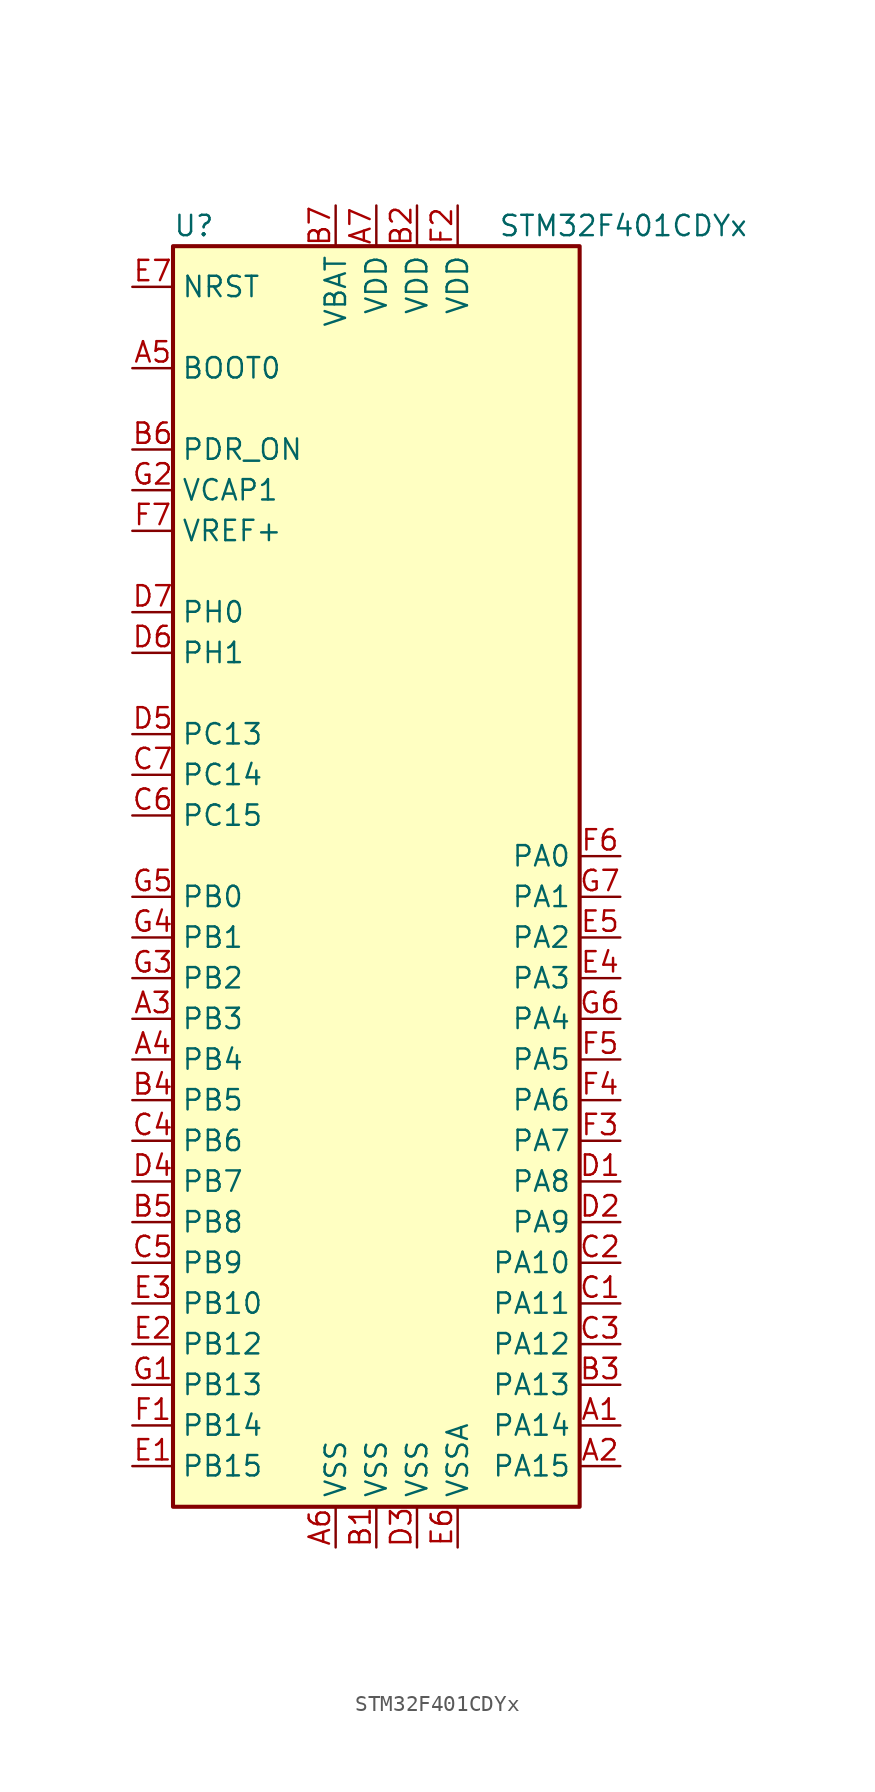
<source format=kicad_sym>
(kicad_symbol_lib
  (version 20220914)
  (generator kicad_symbol_editor)
  (symbol "STM32F401CDYx"
    (property "Reference" "U"
      (at -12.7 39.37 0)
      (effects (font (size 1.27 1.27)) (justify left)))
    (property "Value" "STM32F401CDYx"
      (at 7.62 39.37 0)
      (effects (font (size 1.27 1.27)) (justify left)))
    (symbol "STM32F401CDYx_0_1"
      (rectangle (start -12.7 -40.64) (end 12.7 38.1) (stroke (width 0.254) (type default)) (fill (type background))))
    (symbol "STM32F401CDYx_1_1"
      (pin bidirectional line (at 15.24 -35.56 180) (length 2.54) (name "PA14" (effects (font (size 1.27 1.27)))) (number "A1" (effects (font (size 1.27 1.27)))))
      (pin bidirectional line (at 15.24 -38.1 180) (length 2.54) (name "PA15" (effects (font (size 1.27 1.27)))) (number "A2" (effects (font (size 1.27 1.27)))))
      (pin bidirectional line (at -15.24 -10.16 0) (length 2.54) (name "PB3" (effects (font (size 1.27 1.27)))) (number "A3" (effects (font (size 1.27 1.27)))))
      (pin bidirectional line (at -15.24 -12.7 0) (length 2.54) (name "PB4" (effects (font (size 1.27 1.27)))) (number "A4" (effects (font (size 1.27 1.27)))))
      (pin input line (at -15.24 30.48 0) (length 2.54) (name "BOOT0" (effects (font (size 1.27 1.27)))) (number "A5" (effects (font (size 1.27 1.27)))))
      (pin power_in line (at -2.54 -43.18 90) (length 2.54) (name "VSS" (effects (font (size 1.27 1.27)))) (number "A6" (effects (font (size 1.27 1.27)))))
      (pin power_in line (at 0 40.64 270) (length 2.54) (name "VDD" (effects (font (size 1.27 1.27)))) (number "A7" (effects (font (size 1.27 1.27)))))
      (pin power_in line (at 0 -43.18 90) (length 2.54) (name "VSS" (effects (font (size 1.27 1.27)))) (number "B1" (effects (font (size 1.27 1.27)))))
      (pin power_in line (at 2.54 40.64 270) (length 2.54) (name "VDD" (effects (font (size 1.27 1.27)))) (number "B2" (effects (font (size 1.27 1.27)))))
      (pin bidirectional line (at 15.24 -33.02 180) (length 2.54) (name "PA13" (effects (font (size 1.27 1.27)))) (number "B3" (effects (font (size 1.27 1.27)))))
      (pin bidirectional line (at -15.24 -15.24 0) (length 2.54) (name "PB5" (effects (font (size 1.27 1.27)))) (number "B4" (effects (font (size 1.27 1.27)))))
      (pin bidirectional line (at -15.24 -22.86 0) (length 2.54) (name "PB8" (effects (font (size 1.27 1.27)))) (number "B5" (effects (font (size 1.27 1.27)))))
      (pin power_in line (at -15.24 25.4 0) (length 2.54) (name "PDR_ON" (effects (font (size 1.27 1.27)))) (number "B6" (effects (font (size 1.27 1.27)))))
      (pin power_in line (at -2.54 40.64 270) (length 2.54) (name "VBAT" (effects (font (size 1.27 1.27)))) (number "B7" (effects (font (size 1.27 1.27)))))
      (pin bidirectional line (at 15.24 -27.94 180) (length 2.54) (name "PA11" (effects (font (size 1.27 1.27)))) (number "C1" (effects (font (size 1.27 1.27)))))
      (pin bidirectional line (at 15.24 -25.4 180) (length 2.54) (name "PA10" (effects (font (size 1.27 1.27)))) (number "C2" (effects (font (size 1.27 1.27)))))
      (pin bidirectional line (at 15.24 -30.48 180) (length 2.54) (name "PA12" (effects (font (size 1.27 1.27)))) (number "C3" (effects (font (size 1.27 1.27)))))
      (pin bidirectional line (at -15.24 -17.78 0) (length 2.54) (name "PB6" (effects (font (size 1.27 1.27)))) (number "C4" (effects (font (size 1.27 1.27)))))
      (pin bidirectional line (at -15.24 -25.4 0) (length 2.54) (name "PB9" (effects (font (size 1.27 1.27)))) (number "C5" (effects (font (size 1.27 1.27)))))
      (pin bidirectional line (at -15.24 2.54 0) (length 2.54) (name "PC15" (effects (font (size 1.27 1.27)))) (number "C6" (effects (font (size 1.27 1.27)))))
      (pin bidirectional line (at -15.24 5.08 0) (length 2.54) (name "PC14" (effects (font (size 1.27 1.27)))) (number "C7" (effects (font (size 1.27 1.27)))))
      (pin bidirectional line (at 15.24 -20.32 180) (length 2.54) (name "PA8" (effects (font (size 1.27 1.27)))) (number "D1" (effects (font (size 1.27 1.27)))))
      (pin bidirectional line (at 15.24 -22.86 180) (length 2.54) (name "PA9" (effects (font (size 1.27 1.27)))) (number "D2" (effects (font (size 1.27 1.27)))))
      (pin power_in line (at 2.54 -43.18 90) (length 2.54) (name "VSS" (effects (font (size 1.27 1.27)))) (number "D3" (effects (font (size 1.27 1.27)))))
      (pin bidirectional line (at -15.24 -20.32 0) (length 2.54) (name "PB7" (effects (font (size 1.27 1.27)))) (number "D4" (effects (font (size 1.27 1.27)))))
      (pin bidirectional line (at -15.24 7.62 0) (length 2.54) (name "PC13" (effects (font (size 1.27 1.27)))) (number "D5" (effects (font (size 1.27 1.27)))))
      (pin input line (at -15.24 12.7 0) (length 2.54) (name "PH1" (effects (font (size 1.27 1.27)))) (number "D6" (effects (font (size 1.27 1.27)))))
      (pin input line (at -15.24 15.24 0) (length 2.54) (name "PH0" (effects (font (size 1.27 1.27)))) (number "D7" (effects (font (size 1.27 1.27)))))
      (pin bidirectional line (at -15.24 -38.1 0) (length 2.54) (name "PB15" (effects (font (size 1.27 1.27)))) (number "E1" (effects (font (size 1.27 1.27)))))
      (pin bidirectional line (at -15.24 -30.48 0) (length 2.54) (name "PB12" (effects (font (size 1.27 1.27)))) (number "E2" (effects (font (size 1.27 1.27)))))
      (pin bidirectional line (at -15.24 -27.94 0) (length 2.54) (name "PB10" (effects (font (size 1.27 1.27)))) (number "E3" (effects (font (size 1.27 1.27)))))
      (pin bidirectional line (at 15.24 -7.62 180) (length 2.54) (name "PA3" (effects (font (size 1.27 1.27)))) (number "E4" (effects (font (size 1.27 1.27)))))
      (pin bidirectional line (at 15.24 -5.08 180) (length 2.54) (name "PA2" (effects (font (size 1.27 1.27)))) (number "E5" (effects (font (size 1.27 1.27)))))
      (pin power_in line (at 5.08 -43.18 90) (length 2.54) (name "VSSA" (effects (font (size 1.27 1.27)))) (number "E6" (effects (font (size 1.27 1.27)))))
      (pin input line (at -15.24 35.56 0) (length 2.54) (name "NRST" (effects (font (size 1.27 1.27)))) (number "E7" (effects (font (size 1.27 1.27)))))
      (pin bidirectional line (at -15.24 -35.56 0) (length 2.54) (name "PB14" (effects (font (size 1.27 1.27)))) (number "F1" (effects (font (size 1.27 1.27)))))
      (pin power_in line (at 5.08 40.64 270) (length 2.54) (name "VDD" (effects (font (size 1.27 1.27)))) (number "F2" (effects (font (size 1.27 1.27)))))
      (pin bidirectional line (at 15.24 -17.78 180) (length 2.54) (name "PA7" (effects (font (size 1.27 1.27)))) (number "F3" (effects (font (size 1.27 1.27)))))
      (pin bidirectional line (at 15.24 -15.24 180) (length 2.54) (name "PA6" (effects (font (size 1.27 1.27)))) (number "F4" (effects (font (size 1.27 1.27)))))
      (pin bidirectional line (at 15.24 -12.7 180) (length 2.54) (name "PA5" (effects (font (size 1.27 1.27)))) (number "F5" (effects (font (size 1.27 1.27)))))
      (pin bidirectional line (at 15.24 0 180) (length 2.54) (name "PA0" (effects (font (size 1.27 1.27)))) (number "F6" (effects (font (size 1.27 1.27)))))
      (pin power_in line (at -15.24 20.32 0) (length 2.54) (name "VREF+" (effects (font (size 1.27 1.27)))) (number "F7" (effects (font (size 1.27 1.27)))))
      (pin bidirectional line (at -15.24 -33.02 0) (length 2.54) (name "PB13" (effects (font (size 1.27 1.27)))) (number "G1" (effects (font (size 1.27 1.27)))))
      (pin power_in line (at -15.24 22.86 0) (length 2.54) (name "VCAP1" (effects (font (size 1.27 1.27)))) (number "G2" (effects (font (size 1.27 1.27)))))
      (pin bidirectional line (at -15.24 -7.62 0) (length 2.54) (name "PB2" (effects (font (size 1.27 1.27)))) (number "G3" (effects (font (size 1.27 1.27)))))
      (pin bidirectional line (at -15.24 -5.08 0) (length 2.54) (name "PB1" (effects (font (size 1.27 1.27)))) (number "G4" (effects (font (size 1.27 1.27)))))
      (pin bidirectional line (at -15.24 -2.54 0) (length 2.54) (name "PB0" (effects (font (size 1.27 1.27)))) (number "G5" (effects (font (size 1.27 1.27)))))
      (pin bidirectional line (at 15.24 -10.16 180) (length 2.54) (name "PA4" (effects (font (size 1.27 1.27)))) (number "G6" (effects (font (size 1.27 1.27)))))
      (pin bidirectional line (at 15.24 -2.54 180) (length 2.54) (name "PA1" (effects (font (size 1.27 1.27)))) (number "G7" (effects (font (size 1.27 1.27))))))))
</source>
